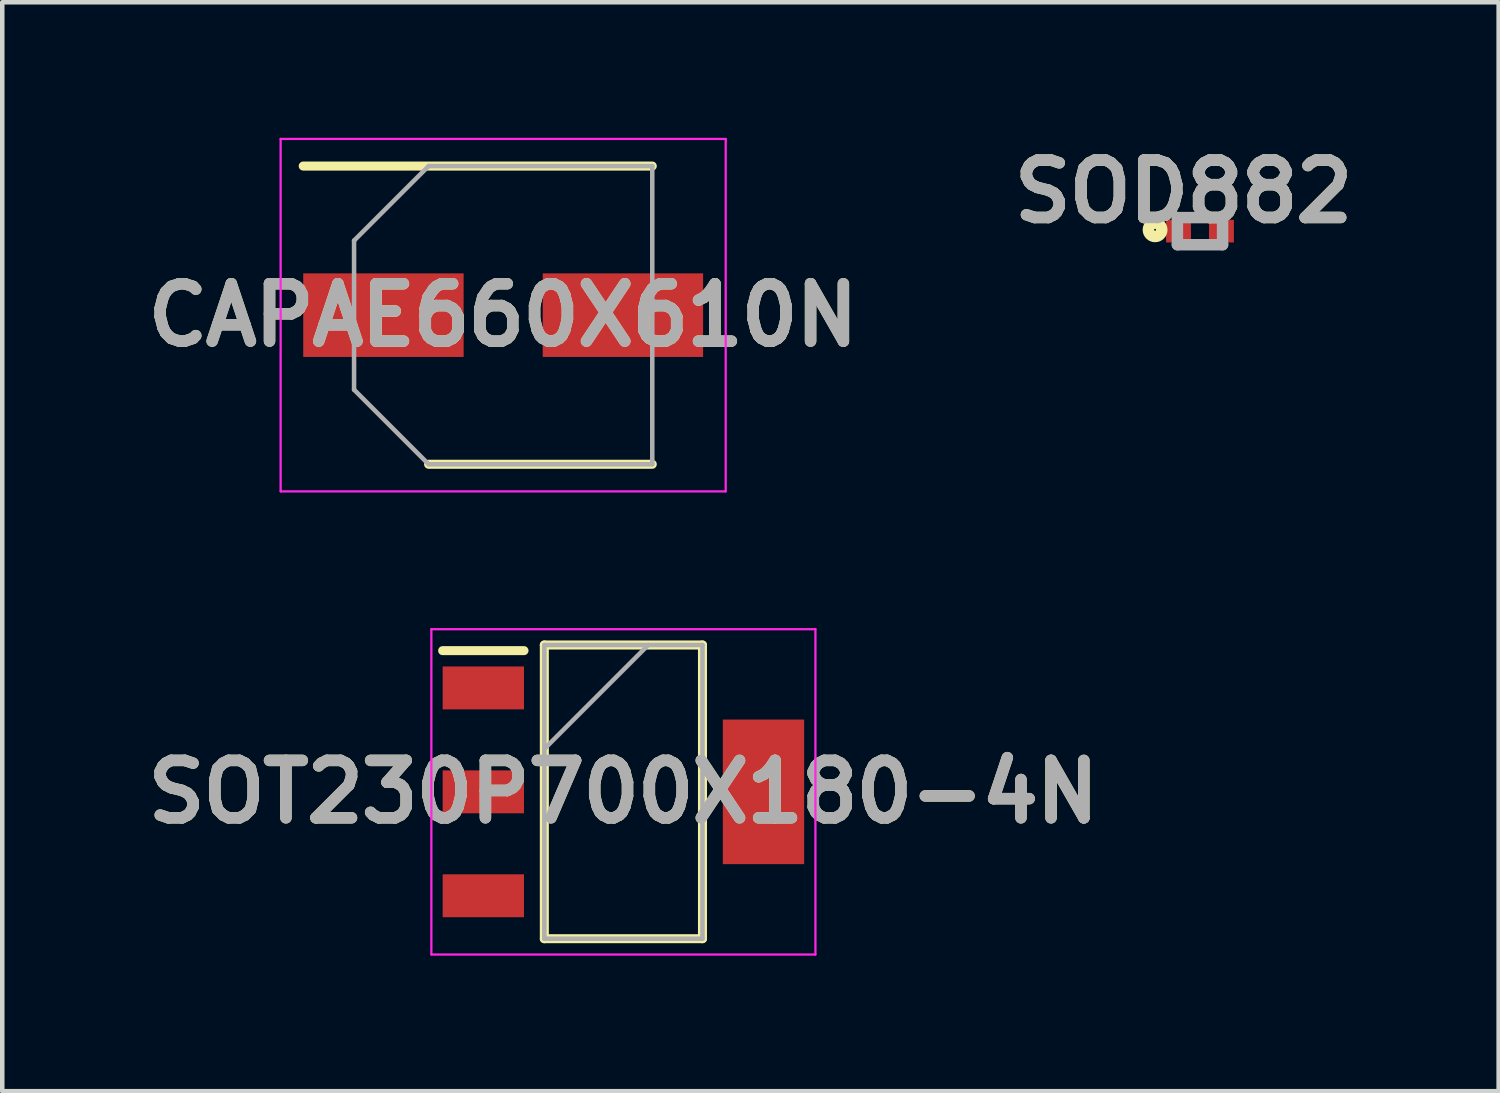
<source format=kicad_pcb>
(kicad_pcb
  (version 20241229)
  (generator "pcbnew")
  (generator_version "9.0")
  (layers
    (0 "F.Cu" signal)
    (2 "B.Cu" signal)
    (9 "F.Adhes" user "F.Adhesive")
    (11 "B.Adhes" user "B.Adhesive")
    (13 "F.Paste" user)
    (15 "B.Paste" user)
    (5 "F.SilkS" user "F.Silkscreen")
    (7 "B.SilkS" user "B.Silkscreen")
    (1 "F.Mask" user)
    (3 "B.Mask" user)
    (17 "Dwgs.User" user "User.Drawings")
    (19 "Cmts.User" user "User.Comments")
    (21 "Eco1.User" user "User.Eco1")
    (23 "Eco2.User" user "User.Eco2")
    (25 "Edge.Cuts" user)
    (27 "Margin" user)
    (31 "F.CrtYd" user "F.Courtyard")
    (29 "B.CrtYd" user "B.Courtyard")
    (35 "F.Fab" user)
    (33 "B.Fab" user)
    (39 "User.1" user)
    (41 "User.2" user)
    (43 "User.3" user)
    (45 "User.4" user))
  (footprint "CAPAE660X610N"
    (layer "F.Cu")
    (at 8.086 3.925)
    (property "Reference" "CAPAE660X610N" (at 0 0 0) (layer "F.SilkS") (effects (font (size 1.27 1.27) (thickness 0.254))))
    (attr smd)
    (fp_line (start -4.425 -3.3) (end 3.3 -3.3) (stroke (width 0.2) (type solid)) (layer "F.SilkS"))
    (fp_line (start -1.65 3.3) (end 3.3 3.3) (stroke (width 0.2) (type solid)) (layer "F.SilkS"))
    (fp_line (start -4.925 -3.9) (end 4.925 -3.9) (stroke (width 0.05) (type solid)) (layer "F.CrtYd"))
    (fp_line (start -4.925 3.9) (end -4.925 -3.9) (stroke (width 0.05) (type solid)) (layer "F.CrtYd"))
    (fp_line (start 4.925 -3.9) (end 4.925 3.9) (stroke (width 0.05) (type solid)) (layer "F.CrtYd"))
    (fp_line (start 4.925 3.9) (end -4.925 3.9) (stroke (width 0.05) (type solid)) (layer "F.CrtYd"))
    (fp_line (start -3.3 -1.65) (end -3.3 1.65) (stroke (width 0.1) (type solid)) (layer "F.Fab"))
    (fp_line (start -3.3 1.65) (end -1.65 3.3) (stroke (width 0.1) (type solid)) (layer "F.Fab"))
    (fp_line (start -1.65 -3.3) (end -3.3 -1.65) (stroke (width 0.1) (type solid)) (layer "F.Fab"))
    (fp_line (start -1.65 3.3) (end 3.3 3.3) (stroke (width 0.1) (type solid)) (layer "F.Fab"))
    (fp_line (start 3.3 -3.3) (end -1.65 -3.3) (stroke (width 0.1) (type solid)) (layer "F.Fab"))
    (fp_line (start 3.3 3.3) (end 3.3 -3.3) (stroke (width 0.1) (type solid)) (layer "F.Fab"))
    (fp_text user "${REFERENCE}" (at 0 0 0) (layer "F.Fab") (effects (font (size 1.27 1.27) (thickness 0.254))))
    (pad "1" smd rect (at -2.65 0 90) (size 1.85 3.55) (layers "F.Cu" "F.Mask" "F.Paste"))
    (pad "2" smd rect (at 2.65 0 90) (size 1.85 3.55) (layers "F.Cu" "F.Mask" "F.Paste")))
  (footprint "SOD882"
    (layer "F.Cu")
    (at 23.508 2.066)
    (property "Reference" "SOD882" (at -0.363 -0.877 0) (layer "F.SilkS") (effects (font (size 1.27 1.27) (thickness 0.254))))
    (attr smd)
    (fp_circle (center -0.994 -0.03) (end -0.994 -0.009) (stroke (width 0.254) (type solid)) (fill no) (layer "F.SilkS"))
    (fp_line (start -0.5 -0.3) (end 0.5 -0.3) (stroke (width 0.254) (type solid)) (layer "F.Fab"))
    (fp_line (start -0.5 0.3) (end -0.5 -0.3) (stroke (width 0.254) (type solid)) (layer "F.Fab"))
    (fp_line (start 0.5 -0.3) (end 0.5 0.3) (stroke (width 0.254) (type solid)) (layer "F.Fab"))
    (fp_line (start 0.5 0.3) (end -0.5 0.3) (stroke (width 0.254) (type solid)) (layer "F.Fab"))
    (fp_text user "${REFERENCE}" (at -0.363 -0.877 0) (layer "F.Fab") (effects (font (size 1.27 1.27) (thickness 0.254))))
    (pad "1" smd rect (at -0.475 0 90) (size 0.5 0.55) (layers "F.Cu" "F.Mask" "F.Paste"))
    (pad "2" smd rect (at 0.475 0 90) (size 0.5 0.55) (layers "F.Cu" "F.Mask" "F.Paste")))
  (footprint "SOT230P700X180-4N"
    (layer "F.Cu")
    (at 10.747 14.475)
    (property "Reference" "SOT230P700X180-4N" (at 0 0 0) (layer "F.SilkS") (effects (font (size 1.27 1.27) (thickness 0.254))))
    (attr smd)
    (fp_line (start -4 -3.125) (end -2.2 -3.125) (stroke (width 0.2) (type solid)) (layer "F.SilkS"))
    (fp_line (start -1.75 -3.25) (end 1.75 -3.25) (stroke (width 0.2) (type solid)) (layer "F.SilkS"))
    (fp_line (start -1.75 3.25) (end -1.75 -3.25) (stroke (width 0.2) (type solid)) (layer "F.SilkS"))
    (fp_line (start 1.75 -3.25) (end 1.75 3.25) (stroke (width 0.2) (type solid)) (layer "F.SilkS"))
    (fp_line (start 1.75 3.25) (end -1.75 3.25) (stroke (width 0.2) (type solid)) (layer "F.SilkS"))
    (fp_line (start -4.25 -3.6) (end 4.25 -3.6) (stroke (width 0.05) (type solid)) (layer "F.CrtYd"))
    (fp_line (start -4.25 3.6) (end -4.25 -3.6) (stroke (width 0.05) (type solid)) (layer "F.CrtYd"))
    (fp_line (start 4.25 -3.6) (end 4.25 3.6) (stroke (width 0.05) (type solid)) (layer "F.CrtYd"))
    (fp_line (start 4.25 3.6) (end -4.25 3.6) (stroke (width 0.05) (type solid)) (layer "F.CrtYd"))
    (fp_line (start -1.75 -3.25) (end 1.75 -3.25) (stroke (width 0.1) (type solid)) (layer "F.Fab"))
    (fp_line (start -1.75 -0.95) (end 0.55 -3.25) (stroke (width 0.1) (type solid)) (layer "F.Fab"))
    (fp_line (start -1.75 3.25) (end -1.75 -3.25) (stroke (width 0.1) (type solid)) (layer "F.Fab"))
    (fp_line (start 1.75 -3.25) (end 1.75 3.25) (stroke (width 0.1) (type solid)) (layer "F.Fab"))
    (fp_line (start 1.75 3.25) (end -1.75 3.25) (stroke (width 0.1) (type solid)) (layer "F.Fab"))
    (fp_text user "${REFERENCE}" (at 0 0 0) (layer "F.Fab") (effects (font (size 1.27 1.27) (thickness 0.254))))
    (pad "1" smd rect (at -3.1 -2.3 90) (size 0.95 1.8) (layers "F.Cu" "F.Mask" "F.Paste"))
    (pad "2" smd rect (at -3.1 0 90) (size 0.95 1.8) (layers "F.Cu" "F.Mask" "F.Paste"))
    (pad "3" smd rect (at -3.1 2.3 90) (size 0.95 1.8) (layers "F.Cu" "F.Mask" "F.Paste"))
    (pad "4" smd rect (at 3.1 0) (size 1.8 3.2) (layers "F.Cu" "F.Mask" "F.Paste")))
  (gr_rect
    (start -3 -3)
    (end 30.118 21.1)
    (stroke (width 0.1) (type default))
    (fill no)
    (layer "Edge.Cuts")))
</source>
